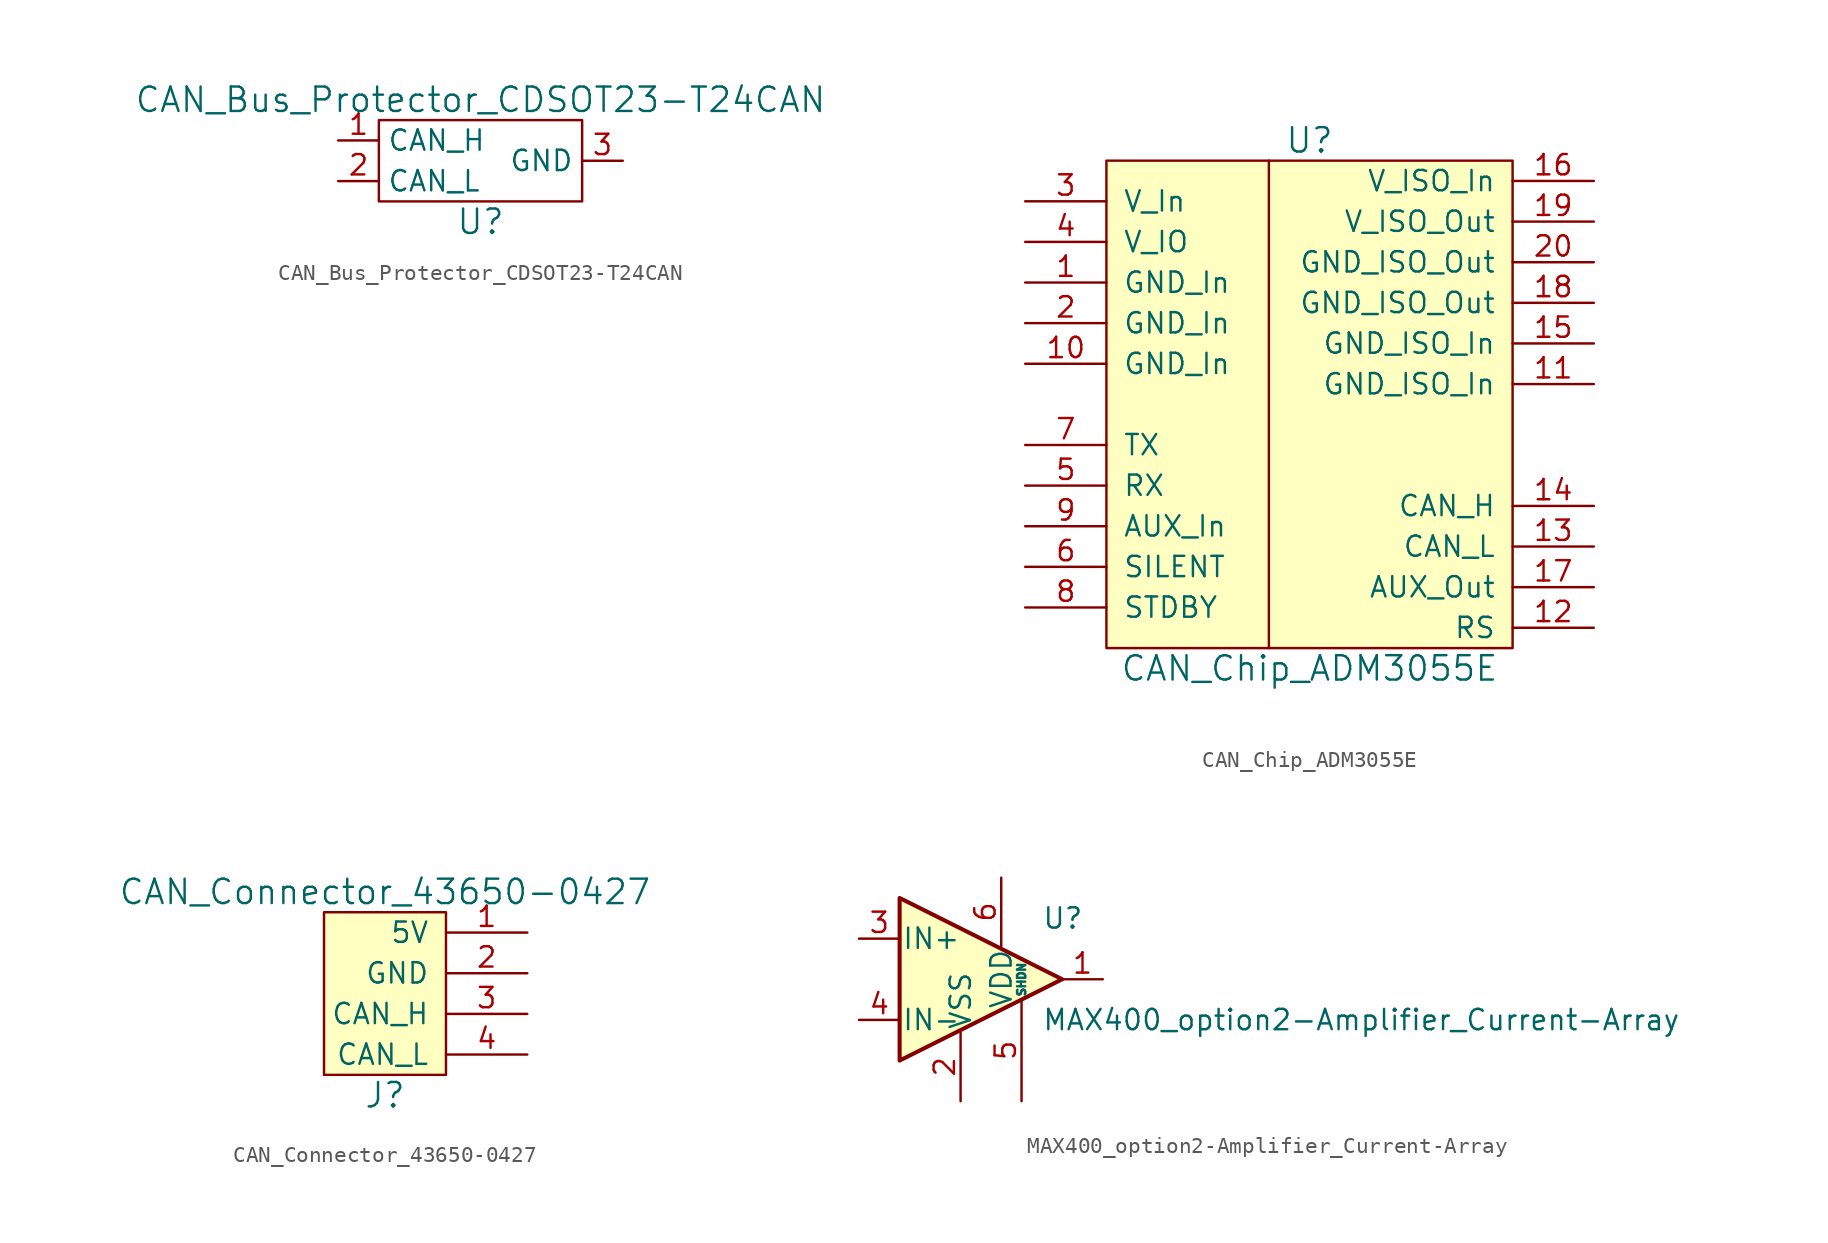
<source format=kicad_sym>
(kicad_symbol_lib
  (version 20220914)
  (generator kicad_symbol_editor)
  (symbol "CAN_Bus_Protector_CDSOT23-T24CAN"
    (property "Reference" "U"
      (at 0 -3.81 0)
      (effects (font (size 1.524 1.524))))
    (property "Value" "CAN_Bus_Protector_CDSOT23-T24CAN"
      (at 0 3.81 0)
      (effects (font (size 1.524 1.524))))
    (symbol "CAN_Bus_Protector_CDSOT23-T24CAN_0_1"
      (rectangle (start 6.35 2.54) (end -6.35 -2.54) (stroke (width 0) (type default)) (fill (type none))))
    (symbol "CAN_Bus_Protector_CDSOT23-T24CAN_1_1"
      (pin passive line (at -8.89 1.27 0) (length 2.54) (name "CAN_H" (effects (font (size 1.27 1.27)))) (number "1" (effects (font (size 1.27 1.27)))))
      (pin passive line (at -8.89 -1.27 0) (length 2.54) (name "CAN_L" (effects (font (size 1.27 1.27)))) (number "2" (effects (font (size 1.27 1.27)))))
      (pin passive line (at 8.89 0 180) (length 2.54) (name "GND" (effects (font (size 1.27 1.27)))) (number "3" (effects (font (size 1.27 1.27)))))))
  (symbol "CAN_Chip_ADM3055E"
    (pin_names
      (offset 1.016))
    (property "Reference" "U"
      (at 0 16.51 0)
      (effects (font (size 1.524 1.524))))
    (property "Value" "CAN_Chip_ADM3055E"
      (at 0 -16.51 0)
      (effects (font (size 1.524 1.524))))
    (symbol "CAN_Chip_ADM3055E_0_1"
      (rectangle (start -12.7 15.24) (end 12.7 -15.24) (stroke (width 0) (type default)) (fill (type background)))
      (polyline (pts (xy -2.54 15.24) (xy -2.54 -15.24)) (stroke (width 0) (type default)) (fill (type none))))
    (symbol "CAN_Chip_ADM3055E_1_1"
      (pin power_in line (at -17.78 7.62 0) (length 5.08) (name "GND_In" (effects (font (size 1.27 1.27)))) (number "1" (effects (font (size 1.27 1.27)))))
      (pin power_in line (at -17.78 2.54 0) (length 5.08) (name "GND_In" (effects (font (size 1.27 1.27)))) (number "10" (effects (font (size 1.27 1.27)))))
      (pin power_in line (at 17.78 1.27 180) (length 5.08) (name "GND_ISO_In" (effects (font (size 1.27 1.27)))) (number "11" (effects (font (size 1.27 1.27)))))
      (pin input line (at 17.78 -13.97 180) (length 5.08) (name "RS" (effects (font (size 1.27 1.27)))) (number "12" (effects (font (size 1.27 1.27)))))
      (pin bidirectional line (at 17.78 -8.89 180) (length 5.08) (name "CAN_L" (effects (font (size 1.27 1.27)))) (number "13" (effects (font (size 1.27 1.27)))))
      (pin bidirectional line (at 17.78 -6.35 180) (length 5.08) (name "CAN_H" (effects (font (size 1.27 1.27)))) (number "14" (effects (font (size 1.27 1.27)))))
      (pin power_in line (at 17.78 3.81 180) (length 5.08) (name "GND_ISO_In" (effects (font (size 1.27 1.27)))) (number "15" (effects (font (size 1.27 1.27)))))
      (pin power_in line (at 17.78 13.97 180) (length 5.08) (name "V_ISO_In" (effects (font (size 1.27 1.27)))) (number "16" (effects (font (size 1.27 1.27)))))
      (pin output line (at 17.78 -11.43 180) (length 5.08) (name "AUX_Out" (effects (font (size 1.27 1.27)))) (number "17" (effects (font (size 1.27 1.27)))))
      (pin power_in line (at 17.78 6.35 180) (length 5.08) (name "GND_ISO_Out" (effects (font (size 1.27 1.27)))) (number "18" (effects (font (size 1.27 1.27)))))
      (pin power_out line (at 17.78 11.43 180) (length 5.08) (name "V_ISO_Out" (effects (font (size 1.27 1.27)))) (number "19" (effects (font (size 1.27 1.27)))))
      (pin power_in line (at -17.78 5.08 0) (length 5.08) (name "GND_In" (effects (font (size 1.27 1.27)))) (number "2" (effects (font (size 1.27 1.27)))))
      (pin power_out line (at 17.78 8.89 180) (length 5.08) (name "GND_ISO_Out" (effects (font (size 1.27 1.27)))) (number "20" (effects (font (size 1.27 1.27)))))
      (pin power_in line (at -17.78 12.7 0) (length 5.08) (name "V_In" (effects (font (size 1.27 1.27)))) (number "3" (effects (font (size 1.27 1.27)))))
      (pin power_in line (at -17.78 10.16 0) (length 5.08) (name "V_IO" (effects (font (size 1.27 1.27)))) (number "4" (effects (font (size 1.27 1.27)))))
      (pin output line (at -17.78 -5.08 0) (length 5.08) (name "RX" (effects (font (size 1.27 1.27)))) (number "5" (effects (font (size 1.27 1.27)))))
      (pin input line (at -17.78 -10.16 0) (length 5.08) (name "SILENT" (effects (font (size 1.27 1.27)))) (number "6" (effects (font (size 1.27 1.27)))))
      (pin input line (at -17.78 -2.54 0) (length 5.08) (name "TX" (effects (font (size 1.27 1.27)))) (number "7" (effects (font (size 1.27 1.27)))))
      (pin input line (at -17.78 -12.7 0) (length 5.08) (name "STDBY" (effects (font (size 1.27 1.27)))) (number "8" (effects (font (size 1.27 1.27)))))
      (pin input line (at -17.78 -7.62 0) (length 5.08) (name "AUX_In" (effects (font (size 1.27 1.27)))) (number "9" (effects (font (size 1.27 1.27)))))))
  (symbol "CAN_Connector_43650-0427"
    (pin_names
      (offset 1.016))
    (property "Reference" "J"
      (at 0 -6.35 0)
      (effects (font (size 1.524 1.524))))
    (property "Value" "CAN_Connector_43650-0427"
      (at 0 6.35 0)
      (effects (font (size 1.524 1.524))))
    (symbol "CAN_Connector_43650-0427_0_1"
      (rectangle (start 3.81 5.08) (end -3.81 -5.08) (stroke (width 0) (type default)) (fill (type background))))
    (symbol "CAN_Connector_43650-0427_1_1"
      (pin power_in line (at 8.89 3.81 180) (length 5.08) (name "5V" (effects (font (size 1.27 1.27)))) (number "1" (effects (font (size 1.27 1.27)))))
      (pin power_in line (at 8.89 1.27 180) (length 5.08) (name "GND" (effects (font (size 1.27 1.27)))) (number "2" (effects (font (size 1.27 1.27)))))
      (pin bidirectional line (at 8.89 -1.27 180) (length 5.08) (name "CAN_H" (effects (font (size 1.27 1.27)))) (number "3" (effects (font (size 1.27 1.27)))))
      (pin bidirectional line (at 8.89 -3.81 180) (length 5.08) (name "CAN_L" (effects (font (size 1.27 1.27)))) (number "4" (effects (font (size 1.27 1.27)))))))
  (symbol "MAX400_option2-Amplifier_Current-Array"
    (pin_names
      (offset 0.127))
    (property "Reference" "U"
      (at 3.81 3.81 0)
      (effects (font (size 1.27 1.27)) (justify left)))
    (property "Value" "MAX400_option2-Amplifier_Current-Array"
      (at 3.81 -2.54 0)
      (effects (font (size 1.27 1.27)) (justify left)))
    (symbol "MAX400_option2-Amplifier_Current-Array_0_1"
      (polyline (pts (xy 5.08 0) (xy -5.08 5.08) (xy -5.08 -5.08) (xy 5.08 0)) (stroke (width 0.254) (type default)) (fill (type background))))
    (symbol "MAX400_option2-Amplifier_Current-Array_1_1"
      (pin output line (at 7.62 0 180) (length 2.54) (name "~" (effects (font (size 1.27 1.27)))) (number "1" (effects (font (size 1.27 1.27)))))
      (pin power_in line (at -1.27 -7.62 90) (length 4.293) (name "VSS" (effects (font (size 1.27 1.27)))) (number "2" (effects (font (size 1.27 1.27)))))
      (pin input line (at -7.62 2.54 0) (length 2.54) (name "IN+" (effects (font (size 1.27 1.27)))) (number "3" (effects (font (size 1.27 1.27)))))
      (pin input line (at -7.62 -2.54 0) (length 2.54) (name "IN-" (effects (font (size 1.27 1.27)))) (number "4" (effects (font (size 1.27 1.27)))))
      (pin input line (at 2.54 -7.62 90) (length 6.35) (name "SHDN" (effects (font (size 0.508 0.508)))) (number "5" (effects (font (size 1.27 1.27)))))
      (pin power_in line (at 1.27 6.35 270) (length 4.293) (name "VDD" (effects (font (size 1.27 1.27)))) (number "6" (effects (font (size 1.27 1.27))))))))
</source>
